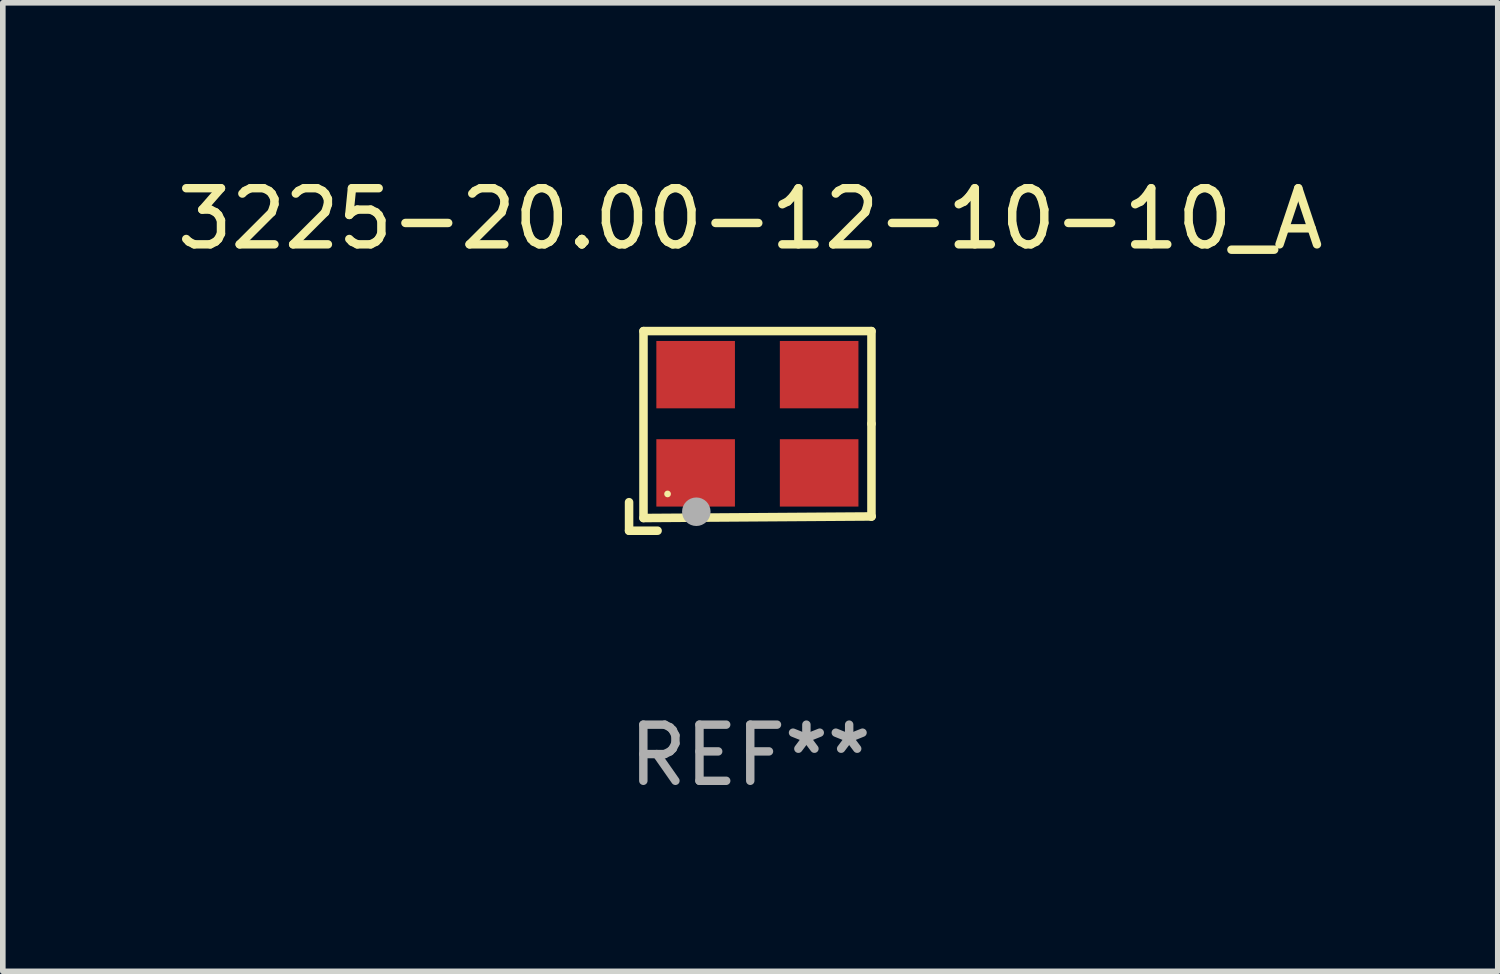
<source format=kicad_pcb>
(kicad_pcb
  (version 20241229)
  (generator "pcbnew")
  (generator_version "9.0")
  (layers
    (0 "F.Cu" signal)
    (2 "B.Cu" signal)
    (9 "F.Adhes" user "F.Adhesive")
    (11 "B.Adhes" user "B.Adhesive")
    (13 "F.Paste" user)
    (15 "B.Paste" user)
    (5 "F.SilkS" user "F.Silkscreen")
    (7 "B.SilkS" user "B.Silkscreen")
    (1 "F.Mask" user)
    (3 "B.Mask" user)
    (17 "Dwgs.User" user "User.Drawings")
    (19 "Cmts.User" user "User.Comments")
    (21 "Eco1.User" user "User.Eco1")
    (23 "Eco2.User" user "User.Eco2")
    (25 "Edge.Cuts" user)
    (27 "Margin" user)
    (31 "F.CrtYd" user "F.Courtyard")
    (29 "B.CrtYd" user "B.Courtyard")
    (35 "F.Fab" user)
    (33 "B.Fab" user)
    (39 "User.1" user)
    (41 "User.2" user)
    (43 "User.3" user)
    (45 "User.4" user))
  (footprint "3225-20.00-12-10-10_A"
    (layer "F.Cu")
    (at 10.315 4.626)
    (property "Reference" "3225-20.00-12-10-10_A" (at 0 -3.778 0) (layer "F.SilkS") (effects (font (size 1 1) (thickness 0.15))))
    (attr through_hole)
    (fp_line (start -2.159 1.27) (end -2.159 1.778) (stroke (width 0.152) (type solid)) (layer "F.SilkS"))
    (fp_line (start -2.159 1.778) (end -1.651 1.778) (stroke (width 0.152) (type solid)) (layer "F.SilkS"))
    (fp_line (start -1.902 -1.778) (end 2.159 -1.778) (stroke (width 0.152) (type solid)) (layer "F.SilkS"))
    (fp_line (start -1.902 1.552) (end -1.902 -1.778) (stroke (width 0.152) (type solid)) (layer "F.SilkS"))
    (fp_line (start 2.159 -1.778) (end 2.159 -0.127) (stroke (width 0.152) (type solid)) (layer "F.SilkS"))
    (fp_line (start 2.159 -0.127) (end 2.159 1.524) (stroke (width 0.152) (type solid)) (layer "F.SilkS"))
    (fp_line (start 2.159 1.524) (end -1.902 1.552) (stroke (width 0.152) (type solid)) (layer "F.SilkS"))
    (fp_line (start 2.159 1.524) (end 2.159 1.524) (stroke (width 0.152) (type solid)) (layer "F.SilkS"))
    (fp_circle (center -1.473 1.123) (end -1.443 1.123) (stroke (width 0.06) (type solid)) (fill no) (layer "F.SilkS"))
    (fp_circle (center -0.961 1.44) (end -0.834 1.44) (stroke (width 0.254) (type solid)) (fill no) (layer "F.Fab"))
    (fp_text user "REF**" (at 0 5.778 0) (layer "F.Fab") (effects (font (size 1 1) (thickness 0.15))))
    (pad "1" smd rect (at -0.973 0.748) (size 1.4 1.2) (layers "F.Cu" "F.Mask" "F.Paste"))
    (pad "2" smd rect (at 1.227 0.748) (size 1.4 1.2) (layers "F.Cu" "F.Mask" "F.Paste"))
    (pad "3" smd rect (at 1.227 -1.002) (size 1.4 1.2) (layers "F.Cu" "F.Mask" "F.Paste"))
    (pad "4" smd rect (at -0.973 -1.002) (size 1.4 1.2) (layers "F.Cu" "F.Mask" "F.Paste")))
  (gr_rect
    (start -3 -3)
    (end 23.631 14.253)
    (stroke (width 0.1) (type default))
    (fill no)
    (layer "Edge.Cuts")))
</source>
